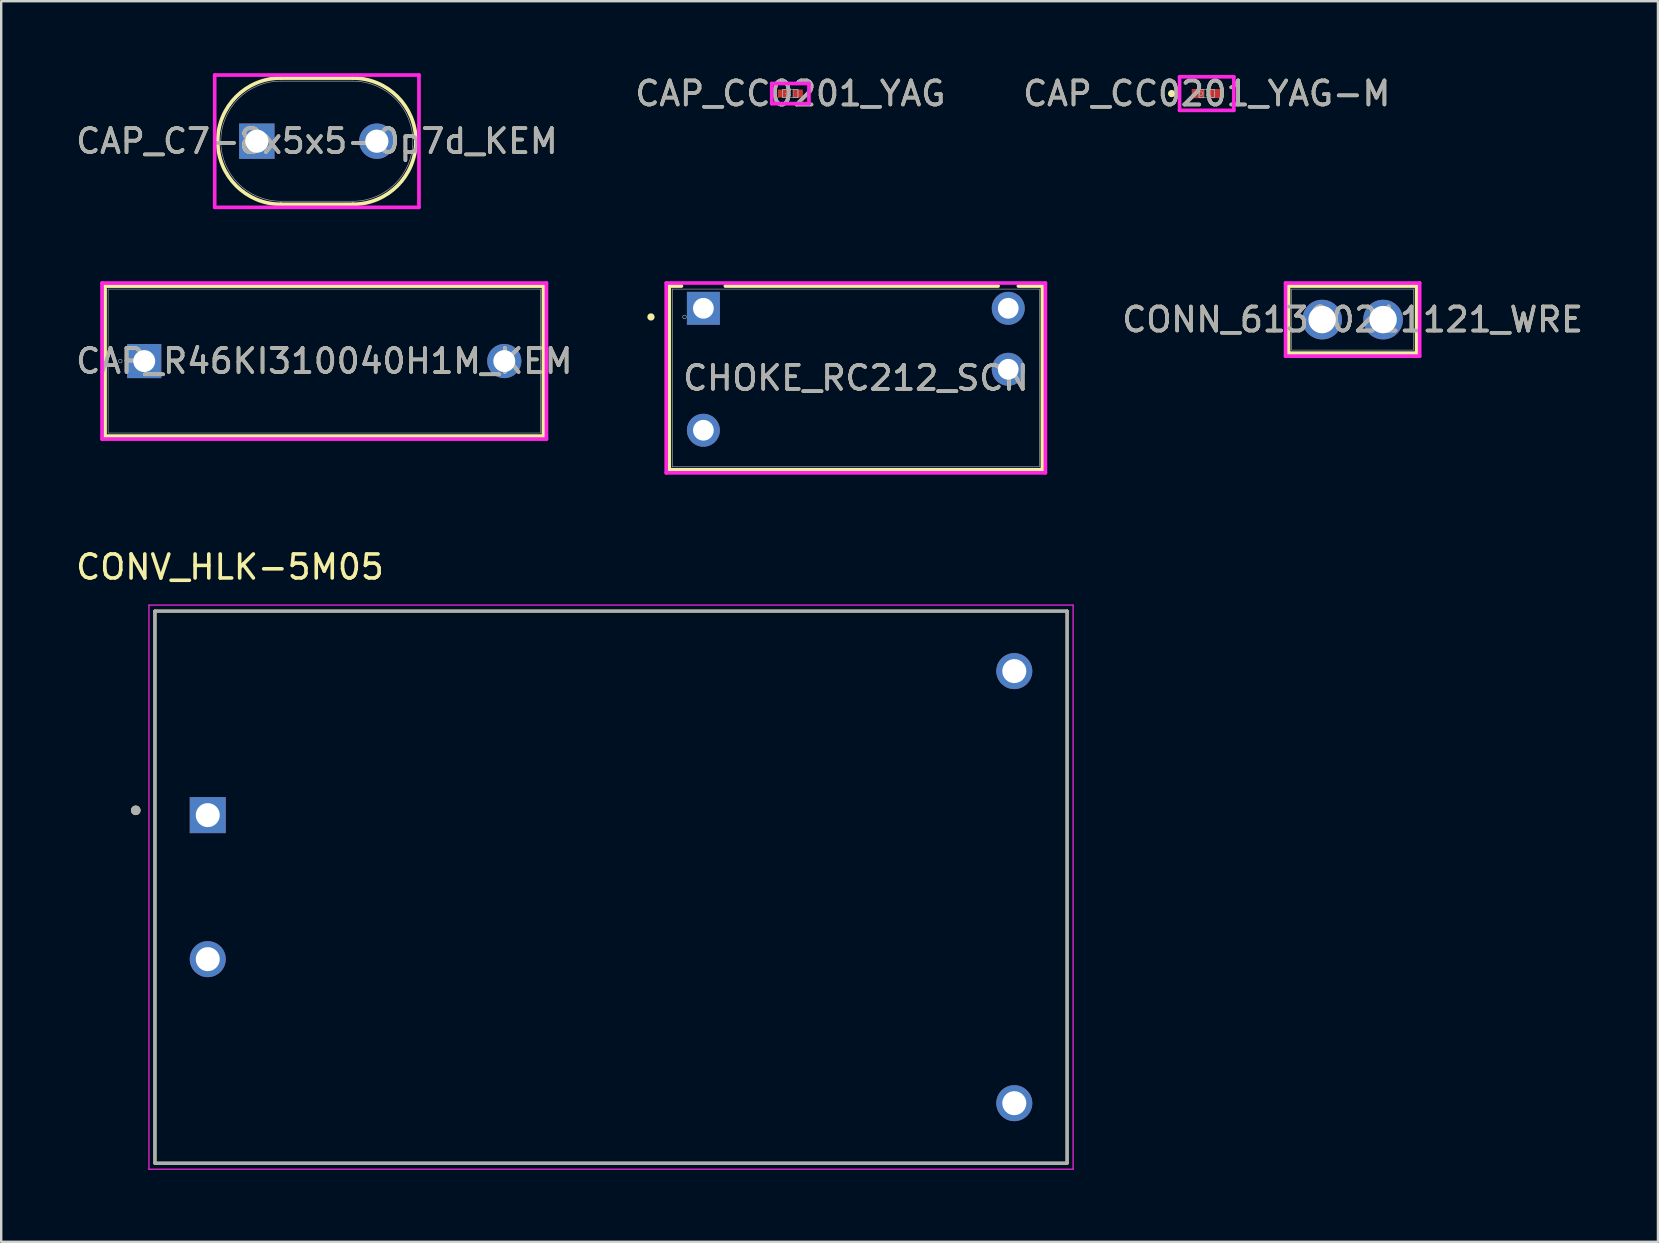
<source format=kicad_pcb>
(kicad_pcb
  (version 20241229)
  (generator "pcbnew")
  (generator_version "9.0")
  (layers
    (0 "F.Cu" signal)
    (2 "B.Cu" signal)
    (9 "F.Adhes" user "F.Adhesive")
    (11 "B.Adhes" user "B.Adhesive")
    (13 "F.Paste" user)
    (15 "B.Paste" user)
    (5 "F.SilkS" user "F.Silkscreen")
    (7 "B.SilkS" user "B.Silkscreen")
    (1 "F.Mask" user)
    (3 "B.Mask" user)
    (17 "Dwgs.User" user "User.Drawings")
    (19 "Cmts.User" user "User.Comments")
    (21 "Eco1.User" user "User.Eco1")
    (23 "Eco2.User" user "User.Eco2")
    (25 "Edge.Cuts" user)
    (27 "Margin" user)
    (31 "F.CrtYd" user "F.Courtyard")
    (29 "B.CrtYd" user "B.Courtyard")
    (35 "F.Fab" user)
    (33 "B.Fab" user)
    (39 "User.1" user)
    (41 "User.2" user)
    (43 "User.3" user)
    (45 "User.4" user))
  (footprint "CAP_C7-8x5x5-0p7d_KEM"
    (layer "F.Cu")
    (at 10.149 2.832)
    (property "Reference" "CAP_C7-8x5x5-0p7d_KEM" (at 0 0 0) (unlocked yes) (layer "F.SilkS") (effects (font (size 1 1) (thickness 0.15))))
    (attr through_hole)
    (fp_line (start -1.499 -2.629) (end 1.499 -2.629) (stroke (width 0.152) (type solid)) (layer "F.SilkS"))
    (fp_line (start -1.499 2.629) (end 1.499 2.629) (stroke (width 0.152) (type solid)) (layer "F.SilkS"))
    (fp_arc (start -1.4986 2.6289) (mid -4.1275 0) (end -1.4986 -2.6289) (stroke (width 0.1524) (type solid)) (layer "F.SilkS"))
    (fp_arc (start 1.4986 -2.6289) (mid 3.357513 -1.858913) (end 4.1275 0) (stroke (width 0.1524) (type solid)) (layer "F.SilkS"))
    (fp_arc (start 4.1275 0) (mid 3.357513 1.858913) (end 1.4986 2.6289) (stroke (width 0.1524) (type solid)) (layer "F.SilkS"))
    (fp_line (start -4.255 -2.756) (end 4.255 -2.756) (stroke (width 0.152) (type solid)) (layer "F.CrtYd"))
    (fp_line (start -4.255 2.756) (end -4.255 -2.756) (stroke (width 0.152) (type solid)) (layer "F.CrtYd"))
    (fp_line (start 4.255 -2.756) (end 4.255 2.756) (stroke (width 0.152) (type solid)) (layer "F.CrtYd"))
    (fp_line (start 4.255 2.756) (end -4.255 2.756) (stroke (width 0.152) (type solid)) (layer "F.CrtYd"))
    (fp_line (start -1.499 -2.502) (end 1.499 -2.502) (stroke (width 0.025) (type solid)) (layer "F.Fab"))
    (fp_line (start -1.499 2.502) (end 1.499 2.502) (stroke (width 0.025) (type solid)) (layer "F.Fab"))
    (fp_arc (start -1.4986 2.5019) (mid -4.0005 0) (end -1.4986 -2.5019) (stroke (width 0.0254) (type solid)) (layer "F.Fab"))
    (fp_arc (start 1.4986 -2.5019) (mid 4.0005 0) (end 1.4986 2.5019) (stroke (width 0.0254) (type solid)) (layer "F.Fab"))
    (fp_text user "${REFERENCE}" (at 0 0 0) (unlocked yes) (layer "F.Fab") (effects (font (size 1 1) (thickness 0.15))))
    (pad "1" thru_hole rect (at -2.5 0) (size 1.473 1.473) (drill 0.965) (layers "*.Cu" "*.Mask"))
    (pad "2" thru_hole circle (at 2.5 0) (size 1.473 1.473) (drill 0.965) (layers "*.Cu" "*.Mask")))
  (footprint "CONN_61300211121_WRE"
    (layer "F.Cu")
    (at 52.029 10.264)
    (property "Reference" "CONN_61300211121_WRE" (at 1.27 0 0) (unlocked yes) (layer "F.SilkS") (effects (font (size 1 1) (thickness 0.15))))
    (attr through_hole)
    (fp_line (start -1.397 -1.397) (end -1.397 1.397) (stroke (width 0.152) (type solid)) (layer "F.SilkS"))
    (fp_line (start -1.397 1.397) (end 3.937 1.397) (stroke (width 0.152) (type solid)) (layer "F.SilkS"))
    (fp_line (start 3.937 -1.397) (end -1.397 -1.397) (stroke (width 0.152) (type solid)) (layer "F.SilkS"))
    (fp_line (start 3.937 1.397) (end 3.937 -1.397) (stroke (width 0.152) (type solid)) (layer "F.SilkS"))
    (fp_line (start -1.524 -1.524) (end -1.524 1.524) (stroke (width 0.152) (type solid)) (layer "F.CrtYd"))
    (fp_line (start -1.524 1.524) (end 4.064 1.524) (stroke (width 0.152) (type solid)) (layer "F.CrtYd"))
    (fp_line (start 4.064 -1.524) (end -1.524 -1.524) (stroke (width 0.152) (type solid)) (layer "F.CrtYd"))
    (fp_line (start 4.064 1.524) (end 4.064 -1.524) (stroke (width 0.152) (type solid)) (layer "F.CrtYd"))
    (fp_line (start -1.27 -1.27) (end -1.27 1.27) (stroke (width 0.025) (type solid)) (layer "F.Fab"))
    (fp_line (start -1.27 1.27) (end 3.81 1.27) (stroke (width 0.025) (type solid)) (layer "F.Fab"))
    (fp_line (start 3.81 -1.27) (end -1.27 -1.27) (stroke (width 0.025) (type solid)) (layer "F.Fab"))
    (fp_line (start 3.81 1.27) (end 3.81 -1.27) (stroke (width 0.025) (type solid)) (layer "F.Fab"))
    (fp_text user "${REFERENCE}" (at 1.27 0 0) (unlocked yes) (layer "F.Fab") (effects (font (size 1 1) (thickness 0.15))))
    (pad "1" thru_hole circle (at 0 0) (size 1.651 1.651) (drill 1.143) (layers "*.Cu" "*.Mask"))
    (pad "2" thru_hole circle (at 2.54 0) (size 1.651 1.651) (drill 1.143) (layers "*.Cu" "*.Mask")))
  (footprint "CONV_HLK-5M05"
    (layer "F.Cu")
    (at 22.405 33.908)
    (property "Reference" "CONV_HLK-5M05" (at -15.875 -13.335 0) (layer "F.SilkS") (effects (font (size 1 1) (thickness 0.15))))
    (attr through_hole)
    (fp_line (start -19 -11.5) (end -19 11.5) (stroke (width 0.127) (type solid)) (layer "F.SilkS"))
    (fp_line (start -19 11.5) (end 19 11.5) (stroke (width 0.127) (type solid)) (layer "F.SilkS"))
    (fp_line (start 19 -11.5) (end -19 -11.5) (stroke (width 0.127) (type solid)) (layer "F.SilkS"))
    (fp_line (start 19 11.5) (end 19 -11.5) (stroke (width 0.127) (type solid)) (layer "F.SilkS"))
    (fp_circle (center -19.8 -3.2) (end -19.7 -3.2) (stroke (width 0.2) (type solid)) (fill no) (layer "F.SilkS"))
    (fp_line (start -19.25 -11.75) (end 19.25 -11.75) (stroke (width 0.05) (type solid)) (layer "F.CrtYd"))
    (fp_line (start -19.25 11.75) (end -19.25 -11.75) (stroke (width 0.05) (type solid)) (layer "F.CrtYd"))
    (fp_line (start 19.25 -11.75) (end 19.25 11.75) (stroke (width 0.05) (type solid)) (layer "F.CrtYd"))
    (fp_line (start 19.25 11.75) (end -19.25 11.75) (stroke (width 0.05) (type solid)) (layer "F.CrtYd"))
    (fp_line (start -19 -11.5) (end -19 11.5) (stroke (width 0.127) (type solid)) (layer "F.Fab"))
    (fp_line (start -19 11.5) (end 19 11.5) (stroke (width 0.127) (type solid)) (layer "F.Fab"))
    (fp_line (start 19 -11.5) (end -19 -11.5) (stroke (width 0.127) (type solid)) (layer "F.Fab"))
    (fp_line (start 19 11.5) (end 19 -11.5) (stroke (width 0.127) (type solid)) (layer "F.Fab"))
    (fp_circle (center -19.8 -3.2) (end -19.7 -3.2) (stroke (width 0.2) (type solid)) (fill no) (layer "F.Fab"))
    (pad "1" thru_hole rect (at -16.8 -3) (size 1.5 1.5) (drill 1) (layers "*.Cu" "*.Mask"))
    (pad "2" thru_hole circle (at -16.8 3) (size 1.5 1.5) (drill 1) (layers "*.Cu" "*.Mask"))
    (pad "3" thru_hole circle (at 16.8 -9) (size 1.5 1.5) (drill 1) (layers "*.Cu" "*.Mask"))
    (pad "4" thru_hole circle (at 16.8 9) (size 1.5 1.5) (drill 1) (layers "*.Cu" "*.Mask")))
  (footprint "CAP_CC0201_YAG"
    (layer "F.Cu")
    (at 29.875 0.848)
    (property "Reference" "CAP_CC0201_YAG" (at 0 0 0) (unlocked yes) (layer "F.SilkS") (effects (font (size 1 1) (thickness 0.15))))
    (attr smd)
    (fp_line (start -0.775 -0.419) (end 0.775 -0.419) (stroke (width 0.152) (type solid)) (layer "F.CrtYd"))
    (fp_line (start -0.775 0.419) (end -0.775 -0.419) (stroke (width 0.152) (type solid)) (layer "F.CrtYd"))
    (fp_line (start 0.775 -0.419) (end 0.775 0.419) (stroke (width 0.152) (type solid)) (layer "F.CrtYd"))
    (fp_line (start 0.775 0.419) (end -0.775 0.419) (stroke (width 0.152) (type solid)) (layer "F.CrtYd"))
    (fp_line (start -0.318 -0.165) (end -0.318 0.165) (stroke (width 0.025) (type solid)) (layer "F.Fab"))
    (fp_line (start -0.318 -0.165) (end -0.318 0.165) (stroke (width 0.025) (type solid)) (layer "F.Fab"))
    (fp_line (start -0.318 0.165) (end -0.114 0.165) (stroke (width 0.025) (type solid)) (layer "F.Fab"))
    (fp_line (start -0.318 0.165) (end 0.318 0.165) (stroke (width 0.025) (type solid)) (layer "F.Fab"))
    (fp_line (start -0.114 -0.165) (end -0.318 -0.165) (stroke (width 0.025) (type solid)) (layer "F.Fab"))
    (fp_line (start -0.114 0.165) (end -0.114 -0.165) (stroke (width 0.025) (type solid)) (layer "F.Fab"))
    (fp_line (start 0.114 -0.165) (end 0.114 0.165) (stroke (width 0.025) (type solid)) (layer "F.Fab"))
    (fp_line (start 0.114 0.165) (end 0.318 0.165) (stroke (width 0.025) (type solid)) (layer "F.Fab"))
    (fp_line (start 0.318 -0.165) (end -0.318 -0.165) (stroke (width 0.025) (type solid)) (layer "F.Fab"))
    (fp_line (start 0.318 -0.165) (end 0.114 -0.165) (stroke (width 0.025) (type solid)) (layer "F.Fab"))
    (fp_line (start 0.318 0.165) (end 0.318 -0.165) (stroke (width 0.025) (type solid)) (layer "F.Fab"))
    (fp_line (start 0.318 0.165) (end 0.318 -0.165) (stroke (width 0.025) (type solid)) (layer "F.Fab"))
    (fp_circle (center -0.191 0) (end -0.191 0) (stroke (width 0.025) (type solid)) (fill no) (layer "F.Fab"))
    (fp_text user "${REFERENCE}" (at 0 0 0) (unlocked yes) (layer "F.Fab") (effects (font (size 1 1) (thickness 0.15))))
    (pad "1" smd rect (at -0.318 0) (size 0.406 0.33) (layers "F.Cu" "F.Mask" "F.Paste"))
    (pad "2" smd rect (at 0.318 0) (size 0.406 0.33) (layers "F.Cu" "F.Mask" "F.Paste"))
    (zone (net_name "") (layer "F.Cu") (hatch full 0.508) (connect_pads) (min_thickness 0.254) (filled_areas_thickness no) (keepout (tracks not_allowed) (vias not_allowed) (pads allowed) (copperpour not_allowed) (footprints allowed)) (placement (enabled no)) (fill) (polygon (pts (xy 29.812 0.734) (xy 29.939 0.734) (xy 29.939 0.963) (xy 29.812 0.963)))))
  (footprint "CHOKE_RC212_SCN"
    (layer "F.Cu")
    (at 26.253 9.794)
    (property "Reference" "CHOKE_RC212_SCN" (at 6.35 2.9 0) (unlocked yes) (layer "F.SilkS") (effects (font (size 1 1) (thickness 0.15))))
    (attr through_hole)
    (fp_line (start -1.422 -0.927) (end -0.915 -0.927) (stroke (width 0.152) (type solid)) (layer "F.SilkS"))
    (fp_line (start -1.422 6.727) (end -1.422 -0.927) (stroke (width 0.152) (type solid)) (layer "F.SilkS"))
    (fp_line (start 0.915 -0.927) (end 12.278 -0.927) (stroke (width 0.152) (type solid)) (layer "F.SilkS"))
    (fp_line (start 13.122 -0.927) (end 14.122 -0.927) (stroke (width 0.152) (type solid)) (layer "F.SilkS"))
    (fp_line (start 14.122 -0.927) (end 14.122 6.727) (stroke (width 0.152) (type solid)) (layer "F.SilkS"))
    (fp_line (start 14.122 6.727) (end -1.422 6.727) (stroke (width 0.152) (type solid)) (layer "F.SilkS"))
    (fp_circle (center -2.184 0.36) (end -2.108 0.36) (stroke (width 0.152) (type solid)) (fill no) (layer "F.SilkS"))
    (fp_line (start -1.549 -1.054) (end -1.549 6.854) (stroke (width 0.152) (type solid)) (layer "F.CrtYd"))
    (fp_line (start -1.549 6.854) (end 14.249 6.854) (stroke (width 0.152) (type solid)) (layer "F.CrtYd"))
    (fp_line (start 14.249 -1.054) (end -1.549 -1.054) (stroke (width 0.152) (type solid)) (layer "F.CrtYd"))
    (fp_line (start 14.249 6.854) (end 14.249 -1.054) (stroke (width 0.152) (type solid)) (layer "F.CrtYd"))
    (fp_line (start -1.295 -0.8) (end -1.295 6.6) (stroke (width 0.025) (type solid)) (layer "F.Fab"))
    (fp_line (start 13.995 -0.8) (end -1.295 -0.8) (stroke (width 0.025) (type solid)) (layer "F.Fab"))
    (fp_line (start 13.995 -0.8) (end 13.995 6.6) (stroke (width 0.025) (type solid)) (layer "F.Fab"))
    (fp_line (start 13.995 6.6) (end -1.295 6.6) (stroke (width 0.025) (type solid)) (layer "F.Fab"))
    (fp_circle (center -0.787 0.36) (end -0.711 0.36) (stroke (width 0.025) (type solid)) (fill no) (layer "F.Fab"))
    (fp_text user "${REFERENCE}" (at 6.35 2.9 0) (unlocked yes) (layer "F.Fab") (effects (font (size 1 1) (thickness 0.15))))
    (pad "1" thru_hole rect (at 0 0) (size 1.372 1.372) (drill 0.864) (layers "*.Cu" "*.Mask"))
    (pad "2" thru_hole circle (at 0 5.08) (size 1.372 1.372) (drill 0.864) (layers "*.Cu" "*.Mask"))
    (pad "3" thru_hole circle (at 12.7 0) (size 1.372 1.372) (drill 0.864) (layers "*.Cu" "*.Mask"))
    (pad "4" thru_hole circle (at 12.7 2.54) (size 1.372 1.372) (drill 0.864) (layers "*.Cu" "*.Mask")))
  (footprint "CAP_CC0201_YAG-M"
    (layer "F.Cu")
    (at 47.22 0.848)
    (property "Reference" "CAP_CC0201_YAG-M" (at 0 0 0) (unlocked yes) (layer "F.SilkS") (effects (font (size 1 1) (thickness 0.15))))
    (attr smd)
    (fp_circle (center -1.46 0) (end -1.384 0) (stroke (width 0.152) (type solid)) (fill no) (layer "F.SilkS"))
    (fp_line (start -1.13 -0.699) (end 1.13 -0.699) (stroke (width 0.152) (type solid)) (layer "F.CrtYd"))
    (fp_line (start -1.13 0.699) (end -1.13 -0.699) (stroke (width 0.152) (type solid)) (layer "F.CrtYd"))
    (fp_line (start 1.13 -0.699) (end 1.13 0.699) (stroke (width 0.152) (type solid)) (layer "F.CrtYd"))
    (fp_line (start 1.13 0.699) (end -1.13 0.699) (stroke (width 0.152) (type solid)) (layer "F.CrtYd"))
    (fp_line (start -0.318 -0.165) (end -0.318 0.165) (stroke (width 0.025) (type solid)) (layer "F.Fab"))
    (fp_line (start -0.318 -0.165) (end -0.318 0.165) (stroke (width 0.025) (type solid)) (layer "F.Fab"))
    (fp_line (start -0.318 0.165) (end -0.114 0.165) (stroke (width 0.025) (type solid)) (layer "F.Fab"))
    (fp_line (start -0.318 0.165) (end 0.318 0.165) (stroke (width 0.025) (type solid)) (layer "F.Fab"))
    (fp_line (start -0.114 -0.165) (end -0.318 -0.165) (stroke (width 0.025) (type solid)) (layer "F.Fab"))
    (fp_line (start -0.114 0.165) (end -0.114 -0.165) (stroke (width 0.025) (type solid)) (layer "F.Fab"))
    (fp_line (start 0.114 -0.165) (end 0.114 0.165) (stroke (width 0.025) (type solid)) (layer "F.Fab"))
    (fp_line (start 0.114 0.165) (end 0.318 0.165) (stroke (width 0.025) (type solid)) (layer "F.Fab"))
    (fp_line (start 0.318 -0.165) (end -0.318 -0.165) (stroke (width 0.025) (type solid)) (layer "F.Fab"))
    (fp_line (start 0.318 -0.165) (end 0.114 -0.165) (stroke (width 0.025) (type solid)) (layer "F.Fab"))
    (fp_line (start 0.318 0.165) (end 0.318 -0.165) (stroke (width 0.025) (type solid)) (layer "F.Fab"))
    (fp_line (start 0.318 0.165) (end 0.318 -0.165) (stroke (width 0.025) (type solid)) (layer "F.Fab"))
    (fp_circle (center -0.241 0) (end -0.165 0) (stroke (width 0.025) (type solid)) (fill no) (layer "F.Fab"))
    (fp_text user "${REFERENCE}" (at 0 0 0) (unlocked yes) (layer "F.Fab") (effects (font (size 1 1) (thickness 0.15))))
    (pad "1" smd rect (at -0.368 0) (size 0.508 0.381) (layers "F.Cu" "F.Mask" "F.Paste"))
    (pad "2" smd rect (at 0.368 0) (size 0.508 0.381) (layers "F.Cu" "F.Mask" "F.Paste"))
    (zone (net_name "") (layer "F.Cu") (hatch full 0.508) (connect_pads) (min_thickness 0.254) (filled_areas_thickness no) (keepout (tracks not_allowed) (vias not_allowed) (pads allowed) (copperpour not_allowed) (footprints allowed)) (placement (enabled no)) (fill) (polygon (pts (xy 47.157 0.734) (xy 47.284 0.734) (xy 47.284 0.963) (xy 47.157 0.963)))))
  (footprint "CAP_R46KI310040H1M_KEM"
    (layer "F.Cu")
    (at 2.958 11.992)
    (property "Reference" "CAP_R46KI310040H1M_KEM" (at 7.5 0 0) (unlocked yes) (layer "F.SilkS") (effects (font (size 1 1) (thickness 0.15))))
    (attr through_hole)
    (fp_line (start -1.631 -3.124) (end -1.631 3.124) (stroke (width 0.152) (type solid)) (layer "F.SilkS"))
    (fp_line (start 16.631 -3.124) (end -1.631 -3.124) (stroke (width 0.152) (type solid)) (layer "F.SilkS"))
    (fp_line (start 16.631 -3.124) (end 16.631 3.124) (stroke (width 0.152) (type solid)) (layer "F.SilkS"))
    (fp_line (start 16.631 3.124) (end -1.631 3.124) (stroke (width 0.152) (type solid)) (layer "F.SilkS"))
    (fp_line (start -1.758 -3.251) (end 16.758 -3.251) (stroke (width 0.152) (type solid)) (layer "F.CrtYd"))
    (fp_line (start -1.758 3.251) (end -1.758 -3.251) (stroke (width 0.152) (type solid)) (layer "F.CrtYd"))
    (fp_line (start 16.758 -3.251) (end 16.758 3.251) (stroke (width 0.152) (type solid)) (layer "F.CrtYd"))
    (fp_line (start 16.758 3.251) (end -1.758 3.251) (stroke (width 0.152) (type solid)) (layer "F.CrtYd"))
    (fp_line (start -1.504 -2.997) (end -1.504 2.997) (stroke (width 0.025) (type solid)) (layer "F.Fab"))
    (fp_line (start 16.504 -2.997) (end -1.504 -2.997) (stroke (width 0.025) (type solid)) (layer "F.Fab"))
    (fp_line (start 16.504 -2.997) (end 16.504 2.997) (stroke (width 0.025) (type solid)) (layer "F.Fab"))
    (fp_line (start 16.504 2.997) (end -1.504 2.997) (stroke (width 0.025) (type solid)) (layer "F.Fab"))
    (fp_circle (center -0.996 0) (end -0.92 0) (stroke (width 0.025) (type solid)) (fill no) (layer "F.Fab"))
    (fp_text user "${REFERENCE}" (at 7.5 0 0) (unlocked yes) (layer "F.Fab") (effects (font (size 1 1) (thickness 0.15))))
    (pad "1" thru_hole rect (at 0 0) (size 1.422 1.422) (drill 0.914) (layers "*.Cu" "*.Mask"))
    (pad "2" thru_hole circle (at 15 0) (size 1.422 1.422) (drill 0.914) (layers "*.Cu" "*.Mask")))
  (gr_rect
    (start -3 -3)
    (end 66.02 48.683)
    (stroke (width 0.1) (type default))
    (fill no)
    (layer "Edge.Cuts")))
</source>
